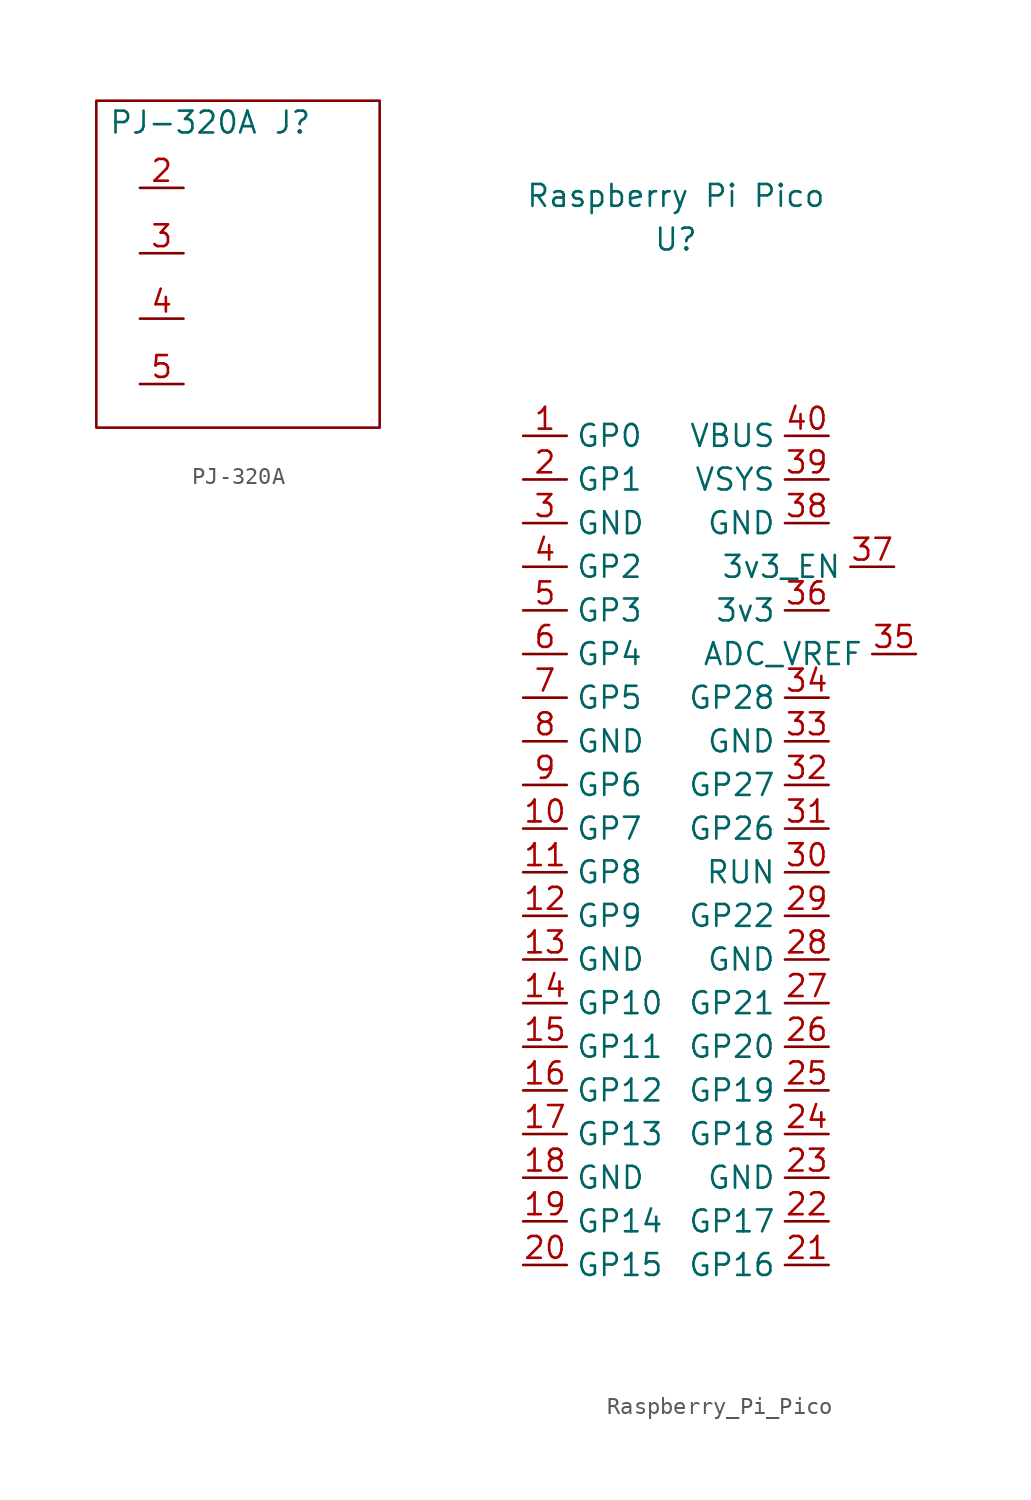
<source format=kicad_sym>
(kicad_symbol_lib
  (version 20220914)
  (generator kicad_symbol_editor)
  (symbol "PJ-320A"
    (property "Reference" "J"
      (at 10.16 0 0)
      (effects (font (size 1.27 1.27))))
    (property "Value" "PJ-320A"
      (at 3.81 0 0)
      (effects (font (size 1.27 1.27))))
    (symbol "PJ-320A_0_1"
      (rectangle (start -1.27 1.27) (end 15.24 -17.78) (stroke (width 0) (type default)) (fill (type none))))
    (symbol "PJ-320A_1_1"
      (pin bidirectional line (at 3.81 -3.81 180) (length 2.54) (name "" (effects (font (size 1.27 1.27)))) (number "2" (effects (font (size 1.27 1.27)))))
      (pin bidirectional line (at 3.81 -7.62 180) (length 2.54) (name "" (effects (font (size 1.27 1.27)))) (number "3" (effects (font (size 1.27 1.27)))))
      (pin bidirectional line (at 3.81 -11.43 180) (length 2.54) (name "" (effects (font (size 1.27 1.27)))) (number "4" (effects (font (size 1.27 1.27)))))
      (pin bidirectional line (at 3.81 -15.24 180) (length 2.54) (name "" (effects (font (size 1.27 1.27)))) (number "5" (effects (font (size 1.27 1.27)))))))
  (symbol "Raspberry_Pi_Pico"
    (property "Reference" "U"
      (at 0 8.89 0)
      (effects (font (size 1.27 1.27))))
    (property "Value" "Raspberry Pi Pico"
      (at 0 11.43 0)
      (effects (font (size 1.27 1.27))))
    (symbol "Raspberry_Pi_Pico_1_1"
      (pin bidirectional line (at -8.89 -2.54 0) (length 2.54) (name "GP0" (effects (font (size 1.27 1.27)))) (number "1" (effects (font (size 1.27 1.27)))))
      (pin bidirectional line (at -8.89 -25.4 0) (length 2.54) (name "GP7" (effects (font (size 1.27 1.27)))) (number "10" (effects (font (size 1.27 1.27)))))
      (pin bidirectional line (at -8.89 -27.94 0) (length 2.54) (name "GP8" (effects (font (size 1.27 1.27)))) (number "11" (effects (font (size 1.27 1.27)))))
      (pin bidirectional line (at -8.89 -30.48 0) (length 2.54) (name "GP9" (effects (font (size 1.27 1.27)))) (number "12" (effects (font (size 1.27 1.27)))))
      (pin power_in line (at -8.89 -33.02 0) (length 2.54) (name "GND" (effects (font (size 1.27 1.27)))) (number "13" (effects (font (size 1.27 1.27)))))
      (pin bidirectional line (at -8.89 -35.56 0) (length 2.54) (name "GP10" (effects (font (size 1.27 1.27)))) (number "14" (effects (font (size 1.27 1.27)))))
      (pin bidirectional line (at -8.89 -38.1 0) (length 2.54) (name "GP11" (effects (font (size 1.27 1.27)))) (number "15" (effects (font (size 1.27 1.27)))))
      (pin bidirectional line (at -8.89 -40.64 0) (length 2.54) (name "GP12" (effects (font (size 1.27 1.27)))) (number "16" (effects (font (size 1.27 1.27)))))
      (pin bidirectional line (at -8.89 -43.18 0) (length 2.54) (name "GP13" (effects (font (size 1.27 1.27)))) (number "17" (effects (font (size 1.27 1.27)))))
      (pin power_in line (at -8.89 -45.72 0) (length 2.54) (name "GND" (effects (font (size 1.27 1.27)))) (number "18" (effects (font (size 1.27 1.27)))))
      (pin bidirectional line (at -8.89 -48.26 0) (length 2.54) (name "GP14" (effects (font (size 1.27 1.27)))) (number "19" (effects (font (size 1.27 1.27)))))
      (pin bidirectional line (at -8.89 -5.08 0) (length 2.54) (name "GP1" (effects (font (size 1.27 1.27)))) (number "2" (effects (font (size 1.27 1.27)))))
      (pin bidirectional line (at -8.89 -50.8 0) (length 2.54) (name "GP15" (effects (font (size 1.27 1.27)))) (number "20" (effects (font (size 1.27 1.27)))))
      (pin bidirectional line (at 8.89 -50.8 180) (length 2.54) (name "GP16" (effects (font (size 1.27 1.27)))) (number "21" (effects (font (size 1.27 1.27)))))
      (pin bidirectional line (at 8.89 -48.26 180) (length 2.54) (name "GP17" (effects (font (size 1.27 1.27)))) (number "22" (effects (font (size 1.27 1.27)))))
      (pin power_in line (at 8.89 -45.72 180) (length 2.54) (name "GND" (effects (font (size 1.27 1.27)))) (number "23" (effects (font (size 1.27 1.27)))))
      (pin bidirectional line (at 8.89 -43.18 180) (length 2.54) (name "GP18" (effects (font (size 1.27 1.27)))) (number "24" (effects (font (size 1.27 1.27)))))
      (pin bidirectional line (at 8.89 -40.64 180) (length 2.54) (name "GP19" (effects (font (size 1.27 1.27)))) (number "25" (effects (font (size 1.27 1.27)))))
      (pin bidirectional line (at 8.89 -38.1 180) (length 2.54) (name "GP20" (effects (font (size 1.27 1.27)))) (number "26" (effects (font (size 1.27 1.27)))))
      (pin bidirectional line (at 8.89 -35.56 180) (length 2.54) (name "GP21" (effects (font (size 1.27 1.27)))) (number "27" (effects (font (size 1.27 1.27)))))
      (pin bidirectional line (at 8.89 -33.02 180) (length 2.54) (name "GND" (effects (font (size 1.27 1.27)))) (number "28" (effects (font (size 1.27 1.27)))))
      (pin bidirectional line (at 8.89 -30.48 180) (length 2.54) (name "GP22" (effects (font (size 1.27 1.27)))) (number "29" (effects (font (size 1.27 1.27)))))
      (pin power_in line (at -8.89 -7.62 0) (length 2.54) (name "GND" (effects (font (size 1.27 1.27)))) (number "3" (effects (font (size 1.27 1.27)))))
      (pin input line (at 8.89 -27.94 180) (length 2.54) (name "RUN" (effects (font (size 1.27 1.27)))) (number "30" (effects (font (size 1.27 1.27)))))
      (pin bidirectional line (at 8.89 -25.4 180) (length 2.54) (name "GP26" (effects (font (size 1.27 1.27)))) (number "31" (effects (font (size 1.27 1.27)))))
      (pin bidirectional line (at 8.89 -22.86 180) (length 2.54) (name "GP27" (effects (font (size 1.27 1.27)))) (number "32" (effects (font (size 1.27 1.27)))))
      (pin power_in line (at 8.89 -20.32 180) (length 2.54) (name "GND" (effects (font (size 1.27 1.27)))) (number "33" (effects (font (size 1.27 1.27)))))
      (pin bidirectional line (at 8.89 -17.78 180) (length 2.54) (name "GP28" (effects (font (size 1.27 1.27)))) (number "34" (effects (font (size 1.27 1.27)))))
      (pin bidirectional line (at 13.97 -15.24 180) (length 2.54) (name "ADC_VREF" (effects (font (size 1.27 1.27)))) (number "35" (effects (font (size 1.27 1.27)))))
      (pin power_out line (at 8.89 -12.7 180) (length 2.54) (name "3v3" (effects (font (size 1.27 1.27)))) (number "36" (effects (font (size 1.27 1.27)))))
      (pin bidirectional line (at 12.7 -10.16 180) (length 2.54) (name "3v3_EN" (effects (font (size 1.27 1.27)))) (number "37" (effects (font (size 1.27 1.27)))))
      (pin power_in line (at 8.89 -7.62 180) (length 2.54) (name "GND" (effects (font (size 1.27 1.27)))) (number "38" (effects (font (size 1.27 1.27)))))
      (pin power_in line (at 8.89 -5.08 180) (length 2.54) (name "VSYS" (effects (font (size 1.27 1.27)))) (number "39" (effects (font (size 1.27 1.27)))))
      (pin bidirectional line (at -8.89 -10.16 0) (length 2.54) (name "GP2" (effects (font (size 1.27 1.27)))) (number "4" (effects (font (size 1.27 1.27)))))
      (pin power_in line (at 8.89 -2.54 180) (length 2.54) (name "VBUS" (effects (font (size 1.27 1.27)))) (number "40" (effects (font (size 1.27 1.27)))))
      (pin bidirectional line (at -8.89 -12.7 0) (length 2.54) (name "GP3" (effects (font (size 1.27 1.27)))) (number "5" (effects (font (size 1.27 1.27)))))
      (pin bidirectional line (at -8.89 -15.24 0) (length 2.54) (name "GP4" (effects (font (size 1.27 1.27)))) (number "6" (effects (font (size 1.27 1.27)))))
      (pin bidirectional line (at -8.89 -17.78 0) (length 2.54) (name "GP5" (effects (font (size 1.27 1.27)))) (number "7" (effects (font (size 1.27 1.27)))))
      (pin power_in line (at -8.89 -20.32 0) (length 2.54) (name "GND" (effects (font (size 1.27 1.27)))) (number "8" (effects (font (size 1.27 1.27)))))
      (pin bidirectional line (at -8.89 -22.86 0) (length 2.54) (name "GP6" (effects (font (size 1.27 1.27)))) (number "9" (effects (font (size 1.27 1.27))))))))
</source>
